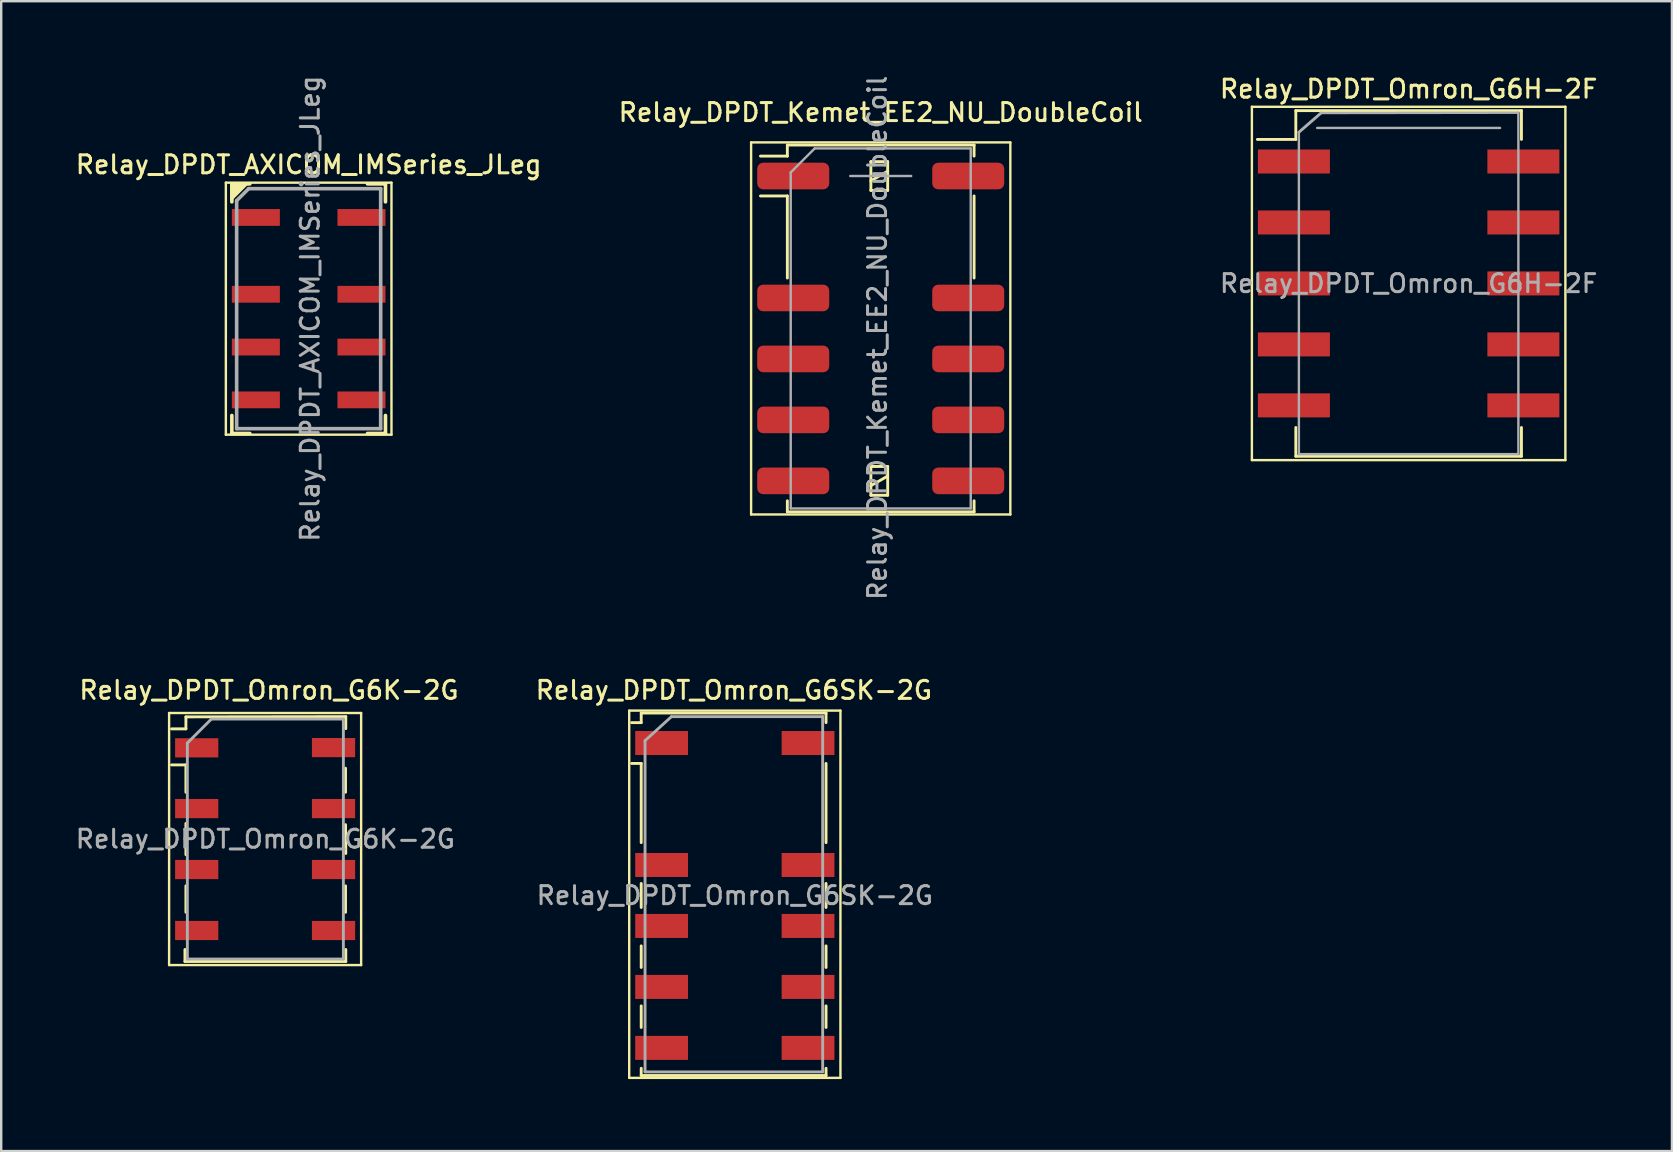
<source format=kicad_pcb>
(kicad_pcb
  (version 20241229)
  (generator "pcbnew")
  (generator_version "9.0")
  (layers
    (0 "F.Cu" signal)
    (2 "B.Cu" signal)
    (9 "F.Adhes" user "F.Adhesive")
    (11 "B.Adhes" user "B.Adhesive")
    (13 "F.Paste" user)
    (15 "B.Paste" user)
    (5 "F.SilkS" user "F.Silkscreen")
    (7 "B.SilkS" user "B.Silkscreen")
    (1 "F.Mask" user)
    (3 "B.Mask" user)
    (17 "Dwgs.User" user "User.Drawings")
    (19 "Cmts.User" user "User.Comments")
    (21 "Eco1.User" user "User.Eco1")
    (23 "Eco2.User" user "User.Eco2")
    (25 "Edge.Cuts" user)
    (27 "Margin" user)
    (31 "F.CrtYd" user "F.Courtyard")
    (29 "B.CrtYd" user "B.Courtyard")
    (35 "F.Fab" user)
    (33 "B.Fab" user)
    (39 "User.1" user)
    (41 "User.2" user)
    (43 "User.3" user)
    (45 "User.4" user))
  (footprint "Relay_DPDT_Omron_G6H-2F"
    (layer "F.Cu")
    (at 55.634 8.758)
    (property "Reference" "Relay_DPDT_Omron_G6H-2F" (at 0 -8.1 0) (layer "F.SilkS") (effects (font (size 0.75 0.75) (thickness 0.125))))
    (attr smd)
    (fp_line (start -6.53 -7.36) (end -6.53 7.36) (stroke (width 0.1) (type solid)) (layer "F.SilkS"))
    (fp_line (start -6.53 -7.36) (end 6.53 -7.36) (stroke (width 0.1) (type solid)) (layer "F.SilkS"))
    (fp_line (start -4.7 -7.2) (end -4.7 -6) (stroke (width 0.12) (type solid)) (layer "F.SilkS"))
    (fp_line (start -4.7 -7.2) (end 4.7 -7.2) (stroke (width 0.12) (type solid)) (layer "F.SilkS"))
    (fp_line (start -4.7 -6) (end -6.3 -6) (stroke (width 0.12) (type solid)) (layer "F.SilkS"))
    (fp_line (start -4.7 7.2) (end -4.7 6) (stroke (width 0.12) (type solid)) (layer "F.SilkS"))
    (fp_line (start 4.7 -7.2) (end 4.7 -6) (stroke (width 0.12) (type solid)) (layer "F.SilkS"))
    (fp_line (start 4.7 7.2) (end -4.7 7.2) (stroke (width 0.12) (type solid)) (layer "F.SilkS"))
    (fp_line (start 4.7 7.2) (end 4.7 6) (stroke (width 0.12) (type solid)) (layer "F.SilkS"))
    (fp_line (start 6.53 7.36) (end -6.53 7.36) (stroke (width 0.1) (type solid)) (layer "F.SilkS"))
    (fp_line (start 6.53 7.36) (end 6.53 -7.36) (stroke (width 0.1) (type solid)) (layer "F.SilkS"))
    (fp_line (start -4.572 -6.3) (end -3.65 -7.1) (stroke (width 0.12) (type solid)) (layer "F.Fab"))
    (fp_line (start -4.572 7.112) (end -4.572 -6.3) (stroke (width 0.1) (type solid)) (layer "F.Fab"))
    (fp_line (start -3.81 -6.477) (end 3.81 -6.477) (stroke (width 0.1) (type solid)) (layer "F.Fab"))
    (fp_line (start -3.65 -7.1) (end 4.572 -7.112) (stroke (width 0.1) (type solid)) (layer "F.Fab"))
    (fp_line (start 4.572 -7.112) (end 4.572 7.112) (stroke (width 0.1) (type solid)) (layer "F.Fab"))
    (fp_line (start 4.572 7.112) (end -4.572 7.112) (stroke (width 0.1) (type solid)) (layer "F.Fab"))
    (fp_text user "${REFERENCE}" (at 0 0 0) (layer "F.Fab") (effects (font (size 0.75 0.75) (thickness 0.125))))
    (pad "1" smd rect (at -4.78 -5.08) (size 3 1) (layers "F.Cu" "F.Mask" "F.Paste"))
    (pad "2" smd rect (at -4.78 -2.54) (size 3 1) (layers "F.Cu" "F.Mask" "F.Paste"))
    (pad "3" smd rect (at -4.78 0) (size 3 1) (layers "F.Cu" "F.Mask" "F.Paste"))
    (pad "4" smd rect (at -4.78 2.54) (size 3 1) (layers "F.Cu" "F.Mask" "F.Paste"))
    (pad "5" smd rect (at -4.78 5.08) (size 3 1) (layers "F.Cu" "F.Mask" "F.Paste"))
    (pad "6" smd rect (at 4.78 5.08) (size 3 1) (layers "F.Cu" "F.Mask" "F.Paste"))
    (pad "7" smd rect (at 4.78 2.54) (size 3 1) (layers "F.Cu" "F.Mask" "F.Paste"))
    (pad "8" smd rect (at 4.78 0) (size 3 1) (layers "F.Cu" "F.Mask" "F.Paste"))
    (pad "9" smd rect (at 4.78 -2.54) (size 3 1) (layers "F.Cu" "F.Mask" "F.Paste"))
    (pad "10" smd rect (at 4.78 -5.08) (size 3 1) (layers "F.Cu" "F.Mask" "F.Paste")))
  (footprint "Relay_DPDT_Omron_G6SK-2G"
    (layer "F.Cu")
    (at 27.563 34.255)
    (property "Reference" "Relay_DPDT_Omron_G6SK-2G" (at -0.04 -8.55 0) (layer "F.SilkS") (effects (font (size 0.75 0.75) (thickness 0.125))))
    (attr smd)
    (fp_line (start -4.4 -7.7) (end -4.4 7.6) (stroke (width 0.1) (type solid)) (layer "F.SilkS"))
    (fp_line (start -4.4 -7.7) (end 4.4 -7.7) (stroke (width 0.1) (type solid)) (layer "F.SilkS"))
    (fp_line (start -4.3 -7.2) (end -3.9 -7.2) (stroke (width 0.12) (type solid)) (layer "F.SilkS"))
    (fp_line (start -3.9 -7.6) (end 3.8 -7.6) (stroke (width 0.12) (type solid)) (layer "F.SilkS"))
    (fp_line (start -3.9 -7.2) (end -3.9 -7.6) (stroke (width 0.12) (type solid)) (layer "F.SilkS"))
    (fp_line (start -3.9 -5.5) (end -4.3 -5.5) (stroke (width 0.12) (type solid)) (layer "F.SilkS"))
    (fp_line (start -3.9 -5.5) (end -3.9 -2.2) (stroke (width 0.12) (type solid)) (layer "F.SilkS"))
    (fp_line (start -3.9 -0.5) (end -3.9 0.5) (stroke (width 0.12) (type solid)) (layer "F.SilkS"))
    (fp_line (start -3.9 2.1) (end -3.9 3) (stroke (width 0.12) (type solid)) (layer "F.SilkS"))
    (fp_line (start -3.9 5.5) (end -3.9 4.6) (stroke (width 0.12) (type solid)) (layer "F.SilkS"))
    (fp_line (start -3.9 7.2) (end -3.9 7.5) (stroke (width 0.12) (type solid)) (layer "F.SilkS"))
    (fp_line (start -3.9 7.5) (end 3.8 7.5) (stroke (width 0.12) (type solid)) (layer "F.SilkS"))
    (fp_line (start 3.8 -7.6) (end 3.8 -7.2) (stroke (width 0.12) (type solid)) (layer "F.SilkS"))
    (fp_line (start 3.8 -5.5) (end 3.8 -2.2) (stroke (width 0.12) (type solid)) (layer "F.SilkS"))
    (fp_line (start 3.8 0.5) (end 3.8 -0.5) (stroke (width 0.12) (type solid)) (layer "F.SilkS"))
    (fp_line (start 3.8 3) (end 3.8 2.1) (stroke (width 0.12) (type solid)) (layer "F.SilkS"))
    (fp_line (start 3.8 4.6) (end 3.8 5.5) (stroke (width 0.12) (type solid)) (layer "F.SilkS"))
    (fp_line (start 3.8 7.5) (end 3.8 7.2) (stroke (width 0.12) (type solid)) (layer "F.SilkS"))
    (fp_line (start 4.4 7.6) (end -4.4 7.6) (stroke (width 0.1) (type solid)) (layer "F.SilkS"))
    (fp_line (start 4.4 7.6) (end 4.4 -7.7) (stroke (width 0.1) (type solid)) (layer "F.SilkS"))
    (fp_line (start -3.74 -6.45) (end -2.64 -7.45) (stroke (width 0.12) (type solid)) (layer "F.Fab"))
    (fp_line (start -3.74 7.35) (end -3.74 -6.45) (stroke (width 0.12) (type solid)) (layer "F.Fab"))
    (fp_line (start -2.64 -7.45) (end 3.66 -7.45) (stroke (width 0.12) (type solid)) (layer "F.Fab"))
    (fp_line (start 3.66 -7.45) (end 3.66 7.35) (stroke (width 0.12) (type solid)) (layer "F.Fab"))
    (fp_line (start 3.66 7.35) (end -3.74 7.35) (stroke (width 0.12) (type solid)) (layer "F.Fab"))
    (fp_text user "${REFERENCE}" (at 0 0 0) (layer "F.Fab") (effects (font (size 0.75 0.75) (thickness 0.125))))
    (pad "1" smd rect (at -3.05 -6.35) (size 2.2 1) (layers "F.Cu" "F.Mask" "F.Paste"))
    (pad "3" smd rect (at -3.05 -1.27) (size 2.2 1) (layers "F.Cu" "F.Mask" "F.Paste"))
    (pad "4" smd rect (at -3.05 1.27) (size 2.2 1) (layers "F.Cu" "F.Mask" "F.Paste"))
    (pad "5" smd rect (at -3.05 3.81) (size 2.2 1) (layers "F.Cu" "F.Mask" "F.Paste"))
    (pad "6" smd rect (at -3.05 6.35) (size 2.2 1) (layers "F.Cu" "F.Mask" "F.Paste"))
    (pad "7" smd rect (at 3.05 6.35) (size 2.2 1) (layers "F.Cu" "F.Mask" "F.Paste"))
    (pad "8" smd rect (at 3.05 3.81) (size 2.2 1) (layers "F.Cu" "F.Mask" "F.Paste"))
    (pad "9" smd rect (at 3.05 1.27) (size 2.2 1) (layers "F.Cu" "F.Mask" "F.Paste"))
    (pad "10" smd rect (at 3.05 -1.27) (size 2.2 1) (layers "F.Cu" "F.Mask" "F.Paste"))
    (pad "12" smd rect (at 3.05 -6.35) (size 2.2 1) (layers "F.Cu" "F.Mask" "F.Paste")))
  (footprint "Relay_DPDT_Omron_G6K-2G"
    (layer "F.Cu")
    (at 7.995 31.905)
    (property "Reference" "Relay_DPDT_Omron_G6K-2G" (at 0.16 -6.2 0) (layer "F.SilkS") (effects (font (size 0.75 0.75) (thickness 0.125))))
    (attr smd)
    (fp_line (start -4 -5.25) (end -4 5.25) (stroke (width 0.1) (type solid)) (layer "F.SilkS"))
    (fp_line (start -4 -5.25) (end 4 -5.25) (stroke (width 0.1) (type solid)) (layer "F.SilkS"))
    (fp_line (start -3.34 5.1) (end -3.34 4.6) (stroke (width 0.12) (type solid)) (layer "F.SilkS"))
    (fp_line (start -3.3 -5.09) (end -3.3 -4.59) (stroke (width 0.12) (type solid)) (layer "F.SilkS"))
    (fp_line (start -3.3 -5.09) (end 3.36 -5.1) (stroke (width 0.12) (type solid)) (layer "F.SilkS"))
    (fp_line (start -3.3 -4.59) (end -3.9 -4.59) (stroke (width 0.12) (type solid)) (layer "F.SilkS"))
    (fp_line (start -3.3 -3.09) (end -3.9 -3.09) (stroke (width 0.12) (type solid)) (layer "F.SilkS"))
    (fp_line (start -3.3 -1.95) (end -3.3 -3.09) (stroke (width 0.12) (type solid)) (layer "F.SilkS"))
    (fp_line (start -3.3 0.65) (end -3.3 -0.65) (stroke (width 0.12) (type solid)) (layer "F.SilkS"))
    (fp_line (start -3.3 3.05) (end -3.3 1.95) (stroke (width 0.12) (type solid)) (layer "F.SilkS"))
    (fp_line (start 3.35 -2.95) (end 3.35 -1.95) (stroke (width 0.12) (type solid)) (layer "F.SilkS"))
    (fp_line (start 3.35 -0.6) (end 3.36 0.6) (stroke (width 0.12) (type solid)) (layer "F.SilkS"))
    (fp_line (start 3.35 1.95) (end 3.35 3.05) (stroke (width 0.12) (type solid)) (layer "F.SilkS"))
    (fp_line (start 3.36 -5.1) (end 3.36 -4.6) (stroke (width 0.12) (type solid)) (layer "F.SilkS"))
    (fp_line (start 3.36 4.6) (end 3.36 5.1) (stroke (width 0.12) (type solid)) (layer "F.SilkS"))
    (fp_line (start 3.36 5.1) (end -3.34 5.1) (stroke (width 0.12) (type solid)) (layer "F.SilkS"))
    (fp_line (start 4 5.25) (end -4 5.25) (stroke (width 0.1) (type solid)) (layer "F.SilkS"))
    (fp_line (start 4 5.25) (end 4 -5.25) (stroke (width 0.1) (type solid)) (layer "F.SilkS"))
    (fp_line (start -3.24 -4) (end -2.24 -5) (stroke (width 0.12) (type solid)) (layer "F.Fab"))
    (fp_line (start -3.24 5) (end -3.24 -4) (stroke (width 0.12) (type solid)) (layer "F.Fab"))
    (fp_line (start -2.24 -5) (end 3.26 -5) (stroke (width 0.12) (type solid)) (layer "F.Fab"))
    (fp_line (start 3.26 -5) (end 3.26 5) (stroke (width 0.12) (type solid)) (layer "F.Fab"))
    (fp_line (start 3.26 5) (end -3.24 5) (stroke (width 0.12) (type solid)) (layer "F.Fab"))
    (fp_text user "${REFERENCE}" (at 0.01 0 0) (layer "F.Fab") (effects (font (size 0.75 0.75) (thickness 0.125))))
    (pad "1" smd rect (at -2.85 -3.8) (size 1.8 0.8) (layers "F.Cu" "F.Mask" "F.Paste"))
    (pad "2" smd rect (at -2.85 -1.27) (size 1.8 0.8) (layers "F.Cu" "F.Mask" "F.Paste"))
    (pad "3" smd rect (at -2.85 1.27) (size 1.8 0.8) (layers "F.Cu" "F.Mask" "F.Paste"))
    (pad "4" smd rect (at -2.85 3.81) (size 1.8 0.8) (layers "F.Cu" "F.Mask" "F.Paste"))
    (pad "5" smd rect (at 2.85 3.81) (size 1.8 0.8) (layers "F.Cu" "F.Mask" "F.Paste"))
    (pad "6" smd rect (at 2.85 1.27) (size 1.8 0.8) (layers "F.Cu" "F.Mask" "F.Paste"))
    (pad "7" smd rect (at 2.85 -1.27) (size 1.8 0.8) (layers "F.Cu" "F.Mask" "F.Paste"))
    (pad "8" smd rect (at 2.85 -3.81) (size 1.8 0.8) (layers "F.Cu" "F.Mask" "F.Paste")))
  (footprint "Relay_DPDT_Kemet_EE2_NU_DoubleCoil"
    (layer "F.Cu")
    (at 33.641 10.633)
    (property "Reference" "Relay_DPDT_Kemet_EE2_NU_DoubleCoil" (at 0 -9 180) (layer "F.SilkS") (effects (font (size 0.75 0.75) (thickness 0.125))))
    (attr smd)
    (fp_line (start -5.4 -7.75) (end -5.4 7.75) (stroke (width 0.1) (type solid)) (layer "F.SilkS"))
    (fp_line (start -5.4 7.75) (end 5.4 7.75) (stroke (width 0.1) (type solid)) (layer "F.SilkS"))
    (fp_line (start -3.89 -7.64) (end -3.89 -7.18) (stroke (width 0.12) (type solid)) (layer "F.SilkS"))
    (fp_line (start -3.89 -7.18) (end -5.01 -7.18) (stroke (width 0.12) (type solid)) (layer "F.SilkS"))
    (fp_line (start -3.89 -5.52) (end -5.01 -5.52) (stroke (width 0.12) (type solid)) (layer "F.SilkS"))
    (fp_line (start -3.89 -5.52) (end -3.89 -2.1) (stroke (width 0.12) (type solid)) (layer "F.SilkS"))
    (fp_line (start -3.89 7.18) (end -3.89 7.64) (stroke (width 0.12) (type solid)) (layer "F.SilkS"))
    (fp_line (start -0.41 -6.95) (end -0.41 -5.75) (stroke (width 0.12) (type solid)) (layer "F.SilkS"))
    (fp_line (start -0.41 -6.15) (end 0.29 -6.55) (stroke (width 0.12) (type solid)) (layer "F.SilkS"))
    (fp_line (start -0.41 -5.75) (end 0.29 -5.75) (stroke (width 0.12) (type solid)) (layer "F.SilkS"))
    (fp_line (start -0.41 5.75) (end -0.41 6.95) (stroke (width 0.12) (type solid)) (layer "F.SilkS"))
    (fp_line (start -0.41 6.55) (end 0.29 6.15) (stroke (width 0.12) (type solid)) (layer "F.SilkS"))
    (fp_line (start -0.41 6.95) (end 0.29 6.95) (stroke (width 0.12) (type solid)) (layer "F.SilkS"))
    (fp_line (start 0.29 -6.95) (end -0.41 -6.95) (stroke (width 0.12) (type solid)) (layer "F.SilkS"))
    (fp_line (start 0.29 -5.75) (end 0.29 -6.95) (stroke (width 0.12) (type solid)) (layer "F.SilkS"))
    (fp_line (start 0.29 5.75) (end -0.41 5.75) (stroke (width 0.12) (type solid)) (layer "F.SilkS"))
    (fp_line (start 0.29 6.95) (end 0.29 5.75) (stroke (width 0.12) (type solid)) (layer "F.SilkS"))
    (fp_line (start 3.89 -7.64) (end -3.89 -7.64) (stroke (width 0.12) (type solid)) (layer "F.SilkS"))
    (fp_line (start 3.89 -7.64) (end 3.89 -7.18) (stroke (width 0.12) (type solid)) (layer "F.SilkS"))
    (fp_line (start 3.89 -5.52) (end 3.89 -2.1) (stroke (width 0.12) (type solid)) (layer "F.SilkS"))
    (fp_line (start 3.89 7.18) (end 3.89 7.64) (stroke (width 0.12) (type solid)) (layer "F.SilkS"))
    (fp_line (start 3.89 7.64) (end -3.89 7.64) (stroke (width 0.12) (type solid)) (layer "F.SilkS"))
    (fp_line (start 5.4 -7.75) (end -5.4 -7.75) (stroke (width 0.1) (type solid)) (layer "F.SilkS"))
    (fp_line (start 5.4 -7.75) (end 5.4 7.75) (stroke (width 0.1) (type solid)) (layer "F.SilkS"))
    (fp_line (start -3.75 -6.5) (end -3.75 7.5) (stroke (width 0.1) (type solid)) (layer "F.Fab"))
    (fp_line (start -3.75 -6.5) (end -2.75 -7.5) (stroke (width 0.1) (type solid)) (layer "F.Fab"))
    (fp_line (start -1.27 -6.35) (end 1.27 -6.35) (stroke (width 0.1) (type solid)) (layer "F.Fab"))
    (fp_line (start 3.75 -7.5) (end -2.75 -7.5) (stroke (width 0.1) (type solid)) (layer "F.Fab"))
    (fp_line (start 3.75 -7.5) (end 3.75 7.5) (stroke (width 0.1) (type solid)) (layer "F.Fab"))
    (fp_line (start 3.75 7.5) (end -3.75 7.5) (stroke (width 0.1) (type solid)) (layer "F.Fab"))
    (fp_text user "${REFERENCE}" (at -0.14 0.39 90) (layer "F.Fab") (effects (font (size 0.75 0.75) (thickness 0.125))))
    (pad "1" smd roundrect (at -3.645 -6.35 270) (size 1.11 3) (layers "F.Cu" "F.Mask" "F.Paste") (roundrect_rratio 0.225))
    (pad "3" smd roundrect (at -3.645 -1.27 270) (size 1.11 3) (layers "F.Cu" "F.Mask" "F.Paste") (roundrect_rratio 0.225))
    (pad "4" smd roundrect (at -3.645 1.27 270) (size 1.11 3) (layers "F.Cu" "F.Mask" "F.Paste") (roundrect_rratio 0.225))
    (pad "5" smd roundrect (at -3.645 3.81 270) (size 1.11 3) (layers "F.Cu" "F.Mask" "F.Paste") (roundrect_rratio 0.225))
    (pad "6" smd roundrect (at -3.645 6.35 270) (size 1.11 3) (layers "F.Cu" "F.Mask" "F.Paste") (roundrect_rratio 0.225))
    (pad "7" smd roundrect (at 3.645 6.35 270) (size 1.11 3) (layers "F.Cu" "F.Mask" "F.Paste") (roundrect_rratio 0.225))
    (pad "8" smd roundrect (at 3.645 3.81 270) (size 1.11 3) (layers "F.Cu" "F.Mask" "F.Paste") (roundrect_rratio 0.225))
    (pad "9" smd roundrect (at 3.645 1.27 270) (size 1.11 3) (layers "F.Cu" "F.Mask" "F.Paste") (roundrect_rratio 0.225))
    (pad "10" smd roundrect (at 3.645 -1.27 270) (size 1.11 3) (layers "F.Cu" "F.Mask" "F.Paste") (roundrect_rratio 0.225))
    (pad "12" smd roundrect (at 3.645 -6.35 270) (size 1.11 3) (layers "F.Cu" "F.Mask" "F.Paste") (roundrect_rratio 0.225)))
  (footprint "Relay_DPDT_AXICOM_IMSeries_JLeg"
    (layer "F.Cu")
    (at 9.809 9.809)
    (property "Reference" "Relay_DPDT_AXICOM_IMSeries_JLeg" (at 0 -6 0) (layer "F.SilkS") (effects (font (size 0.75 0.75) (thickness 0.125))))
    (attr smd)
    (fp_line (start -3.45 -5.25) (end -3.45 5.25) (stroke (width 0.1) (type solid)) (layer "F.SilkS"))
    (fp_line (start -3.45 5.25) (end 3.45 5.25) (stroke (width 0.1) (type solid)) (layer "F.SilkS"))
    (fp_line (start -3.2 -5.2) (end -3.2 -4.45) (stroke (width 0.15) (type solid)) (layer "F.SilkS"))
    (fp_line (start -3.2 4.45) (end -3.2 5.2) (stroke (width 0.15) (type solid)) (layer "F.SilkS"))
    (fp_line (start -3.2 5.2) (end -2.45 5.2) (stroke (width 0.15) (type solid)) (layer "F.SilkS"))
    (fp_line (start -3.05 -5.2) (end -3.2 -5.05) (stroke (width 0.15) (type solid)) (layer "F.SilkS"))
    (fp_line (start -2.9 -5.2) (end -3.2 -4.9) (stroke (width 0.15) (type solid)) (layer "F.SilkS"))
    (fp_line (start -2.75 -5.2) (end -3.2 -4.75) (stroke (width 0.15) (type solid)) (layer "F.SilkS"))
    (fp_line (start -2.6 -5.2) (end -3.2 -4.6) (stroke (width 0.15) (type solid)) (layer "F.SilkS"))
    (fp_line (start -2.45 -5.2) (end -3.2 -5.2) (stroke (width 0.15) (type solid)) (layer "F.SilkS"))
    (fp_line (start 2.45 -5.2) (end 3.2 -5.2) (stroke (width 0.15) (type solid)) (layer "F.SilkS"))
    (fp_line (start 2.45 5.2) (end 3.2 5.2) (stroke (width 0.15) (type solid)) (layer "F.SilkS"))
    (fp_line (start 3.2 -5.2) (end 3.2 -4.45) (stroke (width 0.15) (type solid)) (layer "F.SilkS"))
    (fp_line (start 3.2 4.45) (end 3.2 5.2) (stroke (width 0.15) (type solid)) (layer "F.SilkS"))
    (fp_line (start 3.45 -5.25) (end -3.45 -5.25) (stroke (width 0.1) (type solid)) (layer "F.SilkS"))
    (fp_line (start 3.45 5.25) (end 3.45 -5.25) (stroke (width 0.1) (type solid)) (layer "F.SilkS"))
    (fp_line (start -3 -4.5) (end -2.5 -5) (stroke (width 0.15) (type solid)) (layer "F.Fab"))
    (fp_line (start -3 5) (end -3 -4.5) (stroke (width 0.15) (type solid)) (layer "F.Fab"))
    (fp_line (start -2.5 -5) (end 3 -5) (stroke (width 0.15) (type solid)) (layer "F.Fab"))
    (fp_line (start 3 -5) (end 3 5) (stroke (width 0.15) (type solid)) (layer "F.Fab"))
    (fp_line (start 3 5) (end -3 5) (stroke (width 0.15) (type solid)) (layer "F.Fab"))
    (fp_text user "${REFERENCE}" (at 0.06 0 90) (layer "F.Fab") (effects (font (size 0.75 0.75) (thickness 0.125))))
    (pad "1" smd rect (at -2.2 -3.8) (size 2 0.7) (layers "F.Cu" "F.Mask" "F.Paste"))
    (pad "2" smd rect (at -2.2 -0.6) (size 2 0.7) (layers "F.Cu" "F.Mask" "F.Paste"))
    (pad "3" smd rect (at -2.2 1.6) (size 2 0.7) (layers "F.Cu" "F.Mask" "F.Paste"))
    (pad "4" smd rect (at -2.2 3.8) (size 2 0.7) (layers "F.Cu" "F.Mask" "F.Paste"))
    (pad "5" smd rect (at 2.2 3.8) (size 2 0.7) (layers "F.Cu" "F.Mask" "F.Paste"))
    (pad "6" smd rect (at 2.2 1.6) (size 2 0.7) (layers "F.Cu" "F.Mask" "F.Paste"))
    (pad "7" smd rect (at 2.2 -0.6) (size 2 0.7) (layers "F.Cu" "F.Mask" "F.Paste"))
    (pad "8" smd rect (at 2.2 -3.8) (size 2 0.7) (layers "F.Cu" "F.Mask" "F.Paste")))
  (gr_rect
    (start -3 -3)
    (end 66.604 44.905)
    (stroke (width 0.1) (type default))
    (fill no)
    (layer "Edge.Cuts")))
</source>
